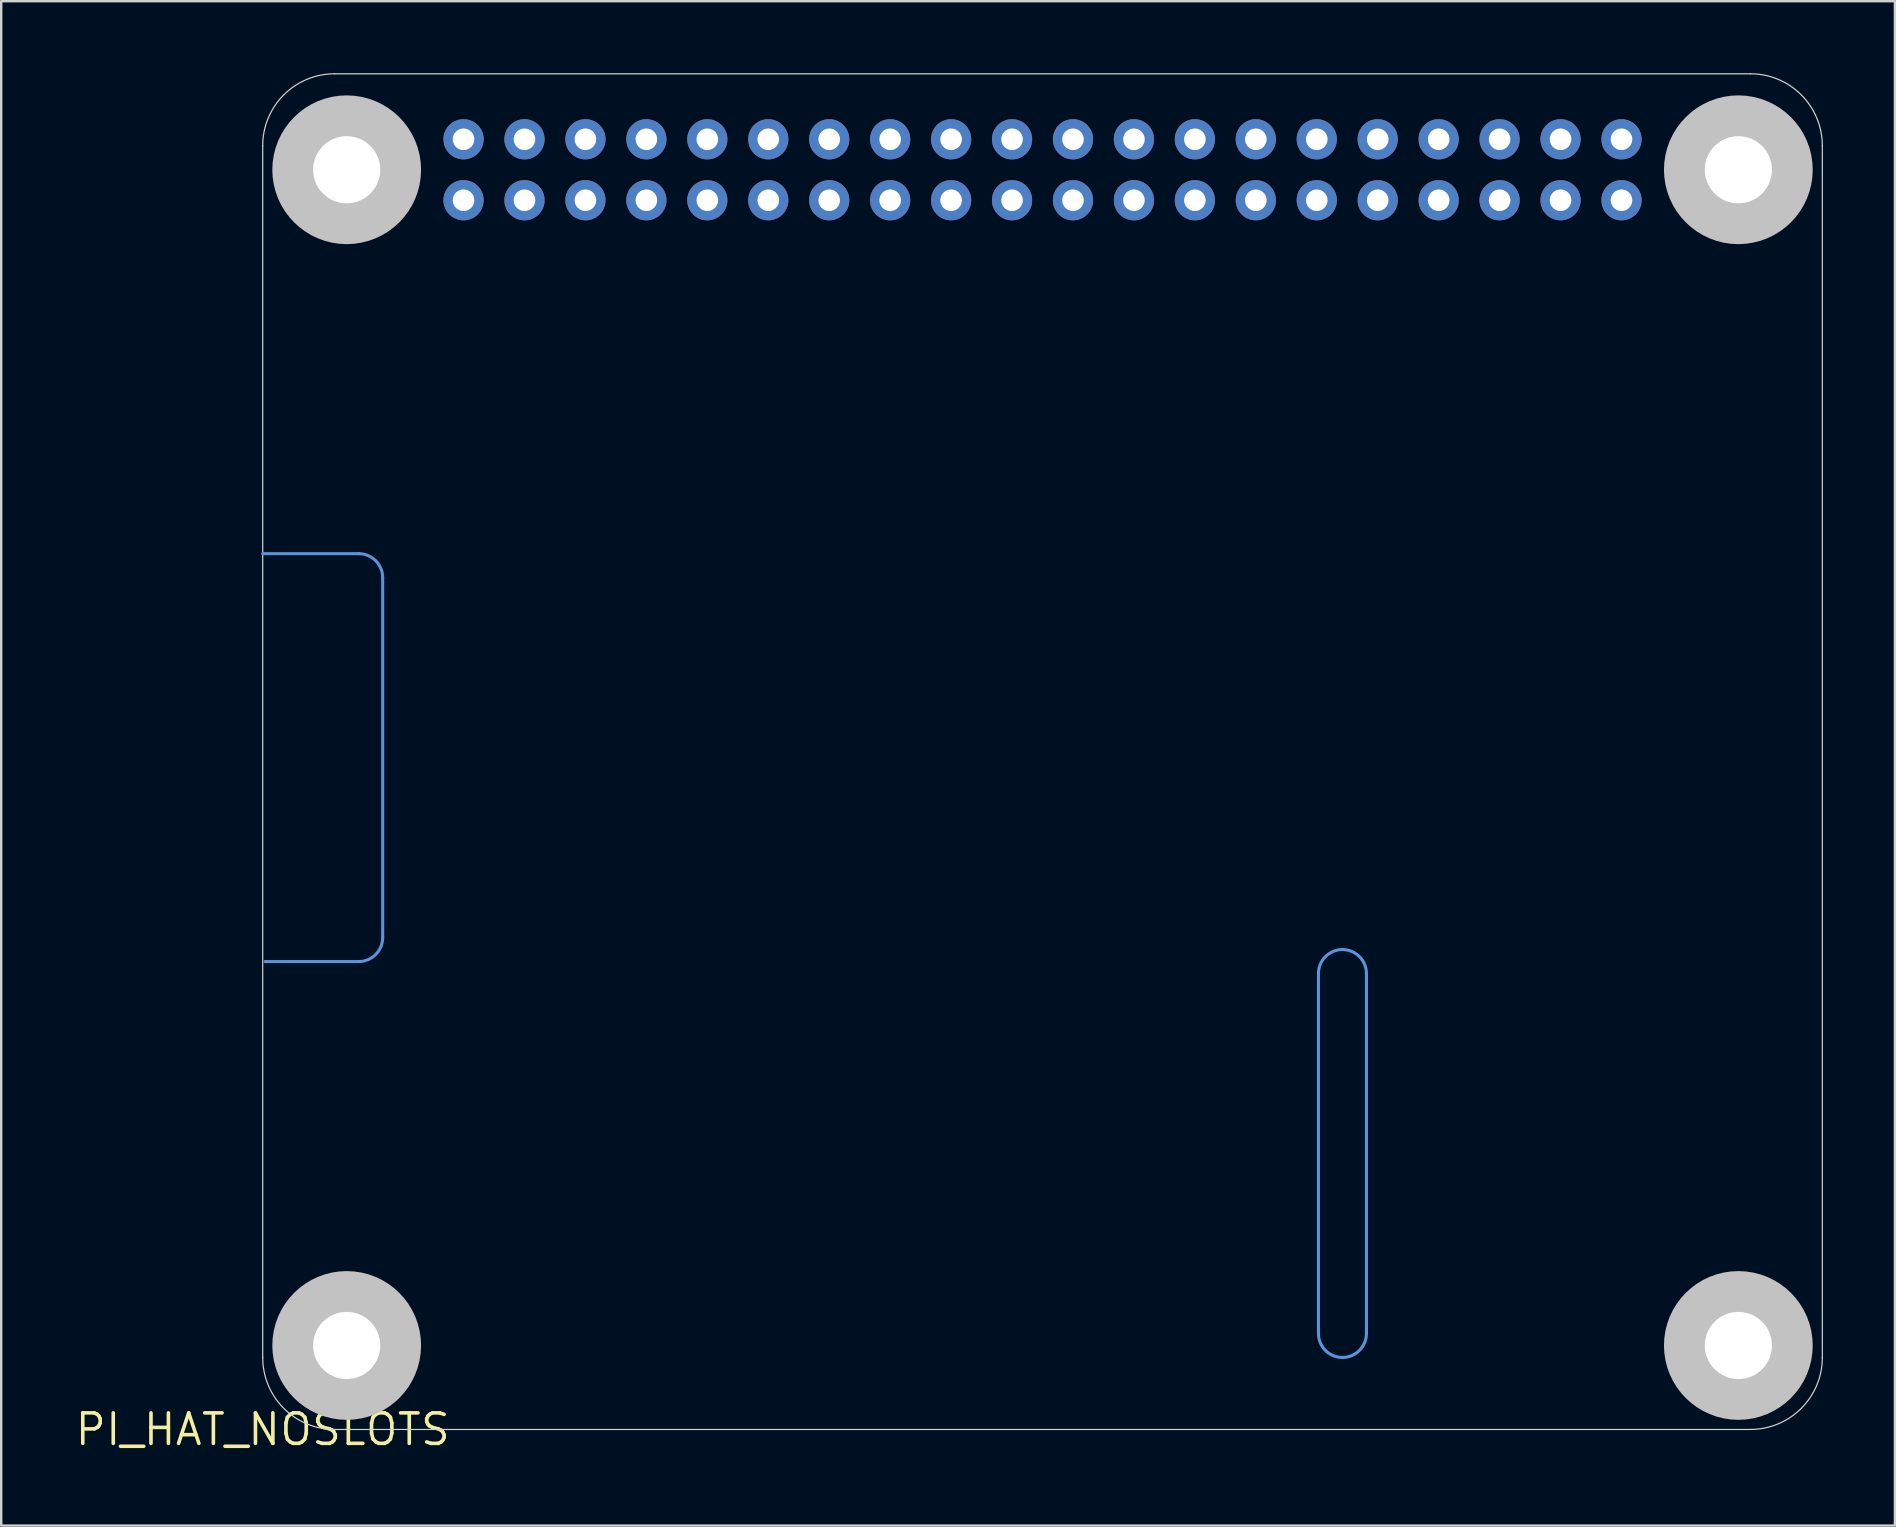
<source format=kicad_pcb>
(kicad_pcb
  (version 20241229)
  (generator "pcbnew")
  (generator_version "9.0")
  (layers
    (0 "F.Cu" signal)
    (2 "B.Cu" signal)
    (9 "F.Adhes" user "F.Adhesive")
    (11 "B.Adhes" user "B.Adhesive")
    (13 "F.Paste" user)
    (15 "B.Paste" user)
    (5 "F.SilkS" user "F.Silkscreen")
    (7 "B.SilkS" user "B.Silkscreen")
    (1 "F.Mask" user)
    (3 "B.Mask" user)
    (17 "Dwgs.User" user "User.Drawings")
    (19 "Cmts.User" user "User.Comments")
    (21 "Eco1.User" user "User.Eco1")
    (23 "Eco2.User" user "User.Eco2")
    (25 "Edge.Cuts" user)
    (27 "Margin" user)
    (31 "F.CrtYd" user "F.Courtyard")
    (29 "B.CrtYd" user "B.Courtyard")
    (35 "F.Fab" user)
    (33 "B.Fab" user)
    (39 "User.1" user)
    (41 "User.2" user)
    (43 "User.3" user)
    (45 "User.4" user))
  (footprint "PI_HAT_NOSLOTS"
    (layer "F.Cu")
    (at 7.899 56.525)
    (property "Reference" "PI_HAT_NOSLOTS" (at 0 0 0) (layer "F.SilkS") (effects (font (size 1.27 1.27) (thickness 0.15))))
    (attr through_hole)
    (fp_circle (center 3.5 -52.5) (end 5.05 -52.5) (stroke (width 3.1) (type solid)) (fill no) (layer "Dwgs.User"))
    (fp_circle (center 3.5 -3.5) (end 5.05 -3.5) (stroke (width 3.1) (type solid)) (fill no) (layer "Dwgs.User"))
    (fp_circle (center 61.5 -52.5) (end 63.05 -52.5) (stroke (width 3.1) (type solid)) (fill no) (layer "Dwgs.User"))
    (fp_circle (center 61.5 -3.5) (end 63.05 -3.5) (stroke (width 3.1) (type solid)) (fill no) (layer "Dwgs.User"))
    (fp_line (start 0.1 -19.5) (end 4 -19.5) (stroke (width 0.127) (type solid)) (layer "Cmts.User"))
    (fp_line (start 4 -36.5) (end 0 -36.5) (stroke (width 0.127) (type solid)) (layer "Cmts.User"))
    (fp_line (start 5 -20.5) (end 5 -35.5) (stroke (width 0.127) (type solid)) (layer "Cmts.User"))
    (fp_line (start 44 -4) (end 44 -19) (stroke (width 0.127) (type solid)) (layer "Cmts.User"))
    (fp_line (start 46 -19) (end 46 -4) (stroke (width 0.127) (type solid)) (layer "Cmts.User"))
    (fp_arc (start 4 -36.5) (mid 4.707107 -36.207107) (end 5 -35.5) (stroke (width 0.127) (type solid)) (layer "Cmts.User"))
    (fp_arc (start 5 -20.5) (mid 4.707107 -19.792893) (end 4 -19.5) (stroke (width 0.127) (type solid)) (layer "Cmts.User"))
    (fp_arc (start 44 -19) (mid 44.292893 -19.707107) (end 45 -20) (stroke (width 0.127) (type solid)) (layer "Cmts.User"))
    (fp_arc (start 45 -20) (mid 45.707107 -19.707107) (end 46 -19) (stroke (width 0.127) (type solid)) (layer "Cmts.User"))
    (fp_arc (start 45 -3) (mid 44.292893 -3.292893) (end 44 -4) (stroke (width 0.127) (type solid)) (layer "Cmts.User"))
    (fp_arc (start 46 -4) (mid 45.707107 -3.292893) (end 45 -3) (stroke (width 0.127) (type solid)) (layer "Cmts.User"))
    (fp_line (start 0 -53.5) (end 0 -3) (stroke (width 0.05) (type solid)) (layer "Edge.Cuts"))
    (fp_line (start 3 0) (end 62 0) (stroke (width 0.05) (type solid)) (layer "Edge.Cuts"))
    (fp_line (start 62 -56.5) (end 3 -56.5) (stroke (width 0.05) (type solid)) (layer "Edge.Cuts"))
    (fp_line (start 65 -3) (end 65 -53.5) (stroke (width 0.05) (type solid)) (layer "Edge.Cuts"))
    (fp_arc (start 0 -53.5) (mid 0.87868 -55.62132) (end 3 -56.5) (stroke (width 0.05) (type solid)) (layer "Edge.Cuts"))
    (fp_arc (start 3 0) (mid 0.87868 -0.87868) (end 0 -3) (stroke (width 0.05) (type solid)) (layer "Edge.Cuts"))
    (fp_arc (start 62 -56.5) (mid 64.12132 -55.62132) (end 65 -53.5) (stroke (width 0.05) (type solid)) (layer "Edge.Cuts"))
    (fp_arc (start 65 -3) (mid 64.12132 -0.87868) (end 62 0) (stroke (width 0.05) (type solid)) (layer "Edge.Cuts"))
    (pad "" np_thru_hole circle (at 3.5 -52.5) (size 2.8 2.8) (drill 2.8) (layers "*.Cu" "*.Mask"))
    (pad "" np_thru_hole circle (at 3.5 -3.5) (size 2.8 2.8) (drill 2.8) (layers "*.Cu" "*.Mask"))
    (pad "" np_thru_hole circle (at 61.5 -52.5) (size 2.8 2.8) (drill 2.8) (layers "*.Cu" "*.Mask"))
    (pad "" np_thru_hole circle (at 61.5 -3.5) (size 2.8 2.8) (drill 2.8) (layers "*.Cu" "*.Mask"))
    (pad "1" thru_hole circle (at 8.37 -51.23) (size 1.676 1.676) (drill 0.9) (layers "*.Cu" "*.Mask"))
    (pad "2" thru_hole circle (at 8.37 -53.77) (size 1.676 1.676) (drill 0.9) (layers "*.Cu" "*.Mask"))
    (pad "3" thru_hole circle (at 10.91 -51.23) (size 1.676 1.676) (drill 0.9) (layers "*.Cu" "*.Mask"))
    (pad "4" thru_hole circle (at 10.91 -53.77) (size 1.676 1.676) (drill 0.9) (layers "*.Cu" "*.Mask"))
    (pad "5" thru_hole circle (at 13.45 -51.23) (size 1.676 1.676) (drill 0.9) (layers "*.Cu" "*.Mask"))
    (pad "6" thru_hole circle (at 13.45 -53.77) (size 1.676 1.676) (drill 0.9) (layers "*.Cu" "*.Mask"))
    (pad "7" thru_hole circle (at 15.99 -51.23) (size 1.676 1.676) (drill 0.9) (layers "*.Cu" "*.Mask"))
    (pad "8" thru_hole circle (at 15.99 -53.77) (size 1.676 1.676) (drill 0.9) (layers "*.Cu" "*.Mask"))
    (pad "9" thru_hole circle (at 18.53 -51.23) (size 1.676 1.676) (drill 0.9) (layers "*.Cu" "*.Mask"))
    (pad "10" thru_hole circle (at 18.53 -53.77) (size 1.676 1.676) (drill 0.9) (layers "*.Cu" "*.Mask"))
    (pad "11" thru_hole circle (at 21.07 -51.23) (size 1.676 1.676) (drill 0.9) (layers "*.Cu" "*.Mask"))
    (pad "12" thru_hole circle (at 21.07 -53.77) (size 1.676 1.676) (drill 0.9) (layers "*.Cu" "*.Mask"))
    (pad "13" thru_hole circle (at 23.61 -51.23) (size 1.676 1.676) (drill 0.9) (layers "*.Cu" "*.Mask"))
    (pad "14" thru_hole circle (at 23.61 -53.77) (size 1.676 1.676) (drill 0.9) (layers "*.Cu" "*.Mask"))
    (pad "15" thru_hole circle (at 26.15 -51.23) (size 1.676 1.676) (drill 0.9) (layers "*.Cu" "*.Mask"))
    (pad "16" thru_hole circle (at 26.15 -53.77) (size 1.676 1.676) (drill 0.9) (layers "*.Cu" "*.Mask"))
    (pad "17" thru_hole circle (at 28.69 -51.23) (size 1.676 1.676) (drill 0.9) (layers "*.Cu" "*.Mask"))
    (pad "18" thru_hole circle (at 28.69 -53.77) (size 1.676 1.676) (drill 0.9) (layers "*.Cu" "*.Mask"))
    (pad "19" thru_hole circle (at 31.23 -51.23) (size 1.676 1.676) (drill 0.9) (layers "*.Cu" "*.Mask"))
    (pad "20" thru_hole circle (at 31.23 -53.77) (size 1.676 1.676) (drill 0.9) (layers "*.Cu" "*.Mask"))
    (pad "21" thru_hole circle (at 33.77 -51.23) (size 1.676 1.676) (drill 0.9) (layers "*.Cu" "*.Mask"))
    (pad "22" thru_hole circle (at 33.77 -53.77) (size 1.676 1.676) (drill 0.9) (layers "*.Cu" "*.Mask"))
    (pad "23" thru_hole circle (at 36.31 -51.23) (size 1.676 1.676) (drill 0.9) (layers "*.Cu" "*.Mask"))
    (pad "24" thru_hole circle (at 36.31 -53.77) (size 1.676 1.676) (drill 0.9) (layers "*.Cu" "*.Mask"))
    (pad "25" thru_hole circle (at 38.85 -51.23) (size 1.676 1.676) (drill 0.9) (layers "*.Cu" "*.Mask"))
    (pad "26" thru_hole circle (at 38.85 -53.77) (size 1.676 1.676) (drill 0.9) (layers "*.Cu" "*.Mask"))
    (pad "27" thru_hole circle (at 41.39 -51.23) (size 1.676 1.676) (drill 0.9) (layers "*.Cu" "*.Mask"))
    (pad "28" thru_hole circle (at 41.39 -53.77) (size 1.676 1.676) (drill 0.9) (layers "*.Cu" "*.Mask"))
    (pad "29" thru_hole circle (at 43.93 -51.23) (size 1.676 1.676) (drill 0.9) (layers "*.Cu" "*.Mask"))
    (pad "30" thru_hole circle (at 43.93 -53.77) (size 1.676 1.676) (drill 0.9) (layers "*.Cu" "*.Mask"))
    (pad "31" thru_hole circle (at 46.47 -51.23) (size 1.676 1.676) (drill 0.9) (layers "*.Cu" "*.Mask"))
    (pad "32" thru_hole circle (at 46.47 -53.77) (size 1.676 1.676) (drill 0.9) (layers "*.Cu" "*.Mask"))
    (pad "33" thru_hole circle (at 49.01 -51.23) (size 1.676 1.676) (drill 0.9) (layers "*.Cu" "*.Mask"))
    (pad "34" thru_hole circle (at 49.01 -53.77) (size 1.676 1.676) (drill 0.9) (layers "*.Cu" "*.Mask"))
    (pad "35" thru_hole circle (at 51.55 -51.23) (size 1.676 1.676) (drill 0.9) (layers "*.Cu" "*.Mask"))
    (pad "36" thru_hole circle (at 51.55 -53.77) (size 1.676 1.676) (drill 0.9) (layers "*.Cu" "*.Mask"))
    (pad "37" thru_hole circle (at 54.09 -51.23) (size 1.676 1.676) (drill 0.9) (layers "*.Cu" "*.Mask"))
    (pad "38" thru_hole circle (at 54.09 -53.77) (size 1.676 1.676) (drill 0.9) (layers "*.Cu" "*.Mask"))
    (pad "39" thru_hole circle (at 56.63 -51.23) (size 1.676 1.676) (drill 0.9) (layers "*.Cu" "*.Mask"))
    (pad "40" thru_hole circle (at 56.63 -53.77) (size 1.676 1.676) (drill 0.9) (layers "*.Cu" "*.Mask")))
  (gr_rect
    (start -3 -3)
    (end 75.924 60.531)
    (stroke (width 0.1) (type default))
    (fill no)
    (layer "Edge.Cuts")))
</source>
